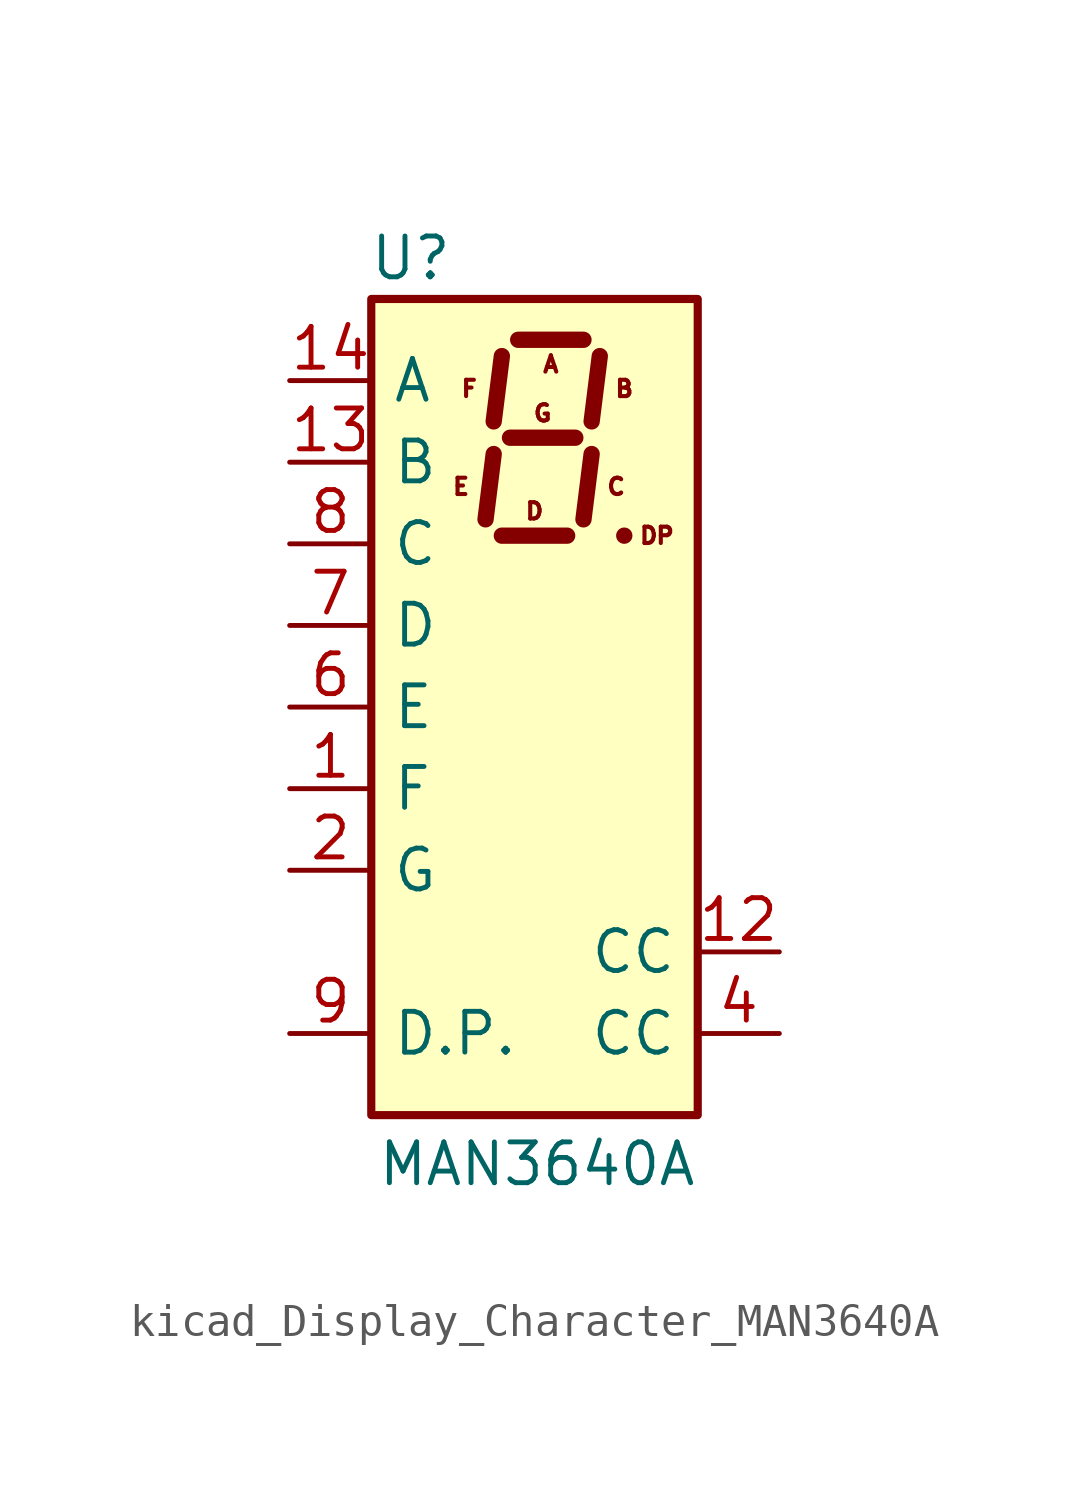
<source format=kicad_sym>
(kicad_symbol_lib
  (version 20220914)
  (generator kicad_symbol_editor)
  (symbol "kicad_Display_Character_MAN3640A"
    (pin_names
      (offset 0.635))
    (property "Reference" "U"
      (at -2.54 13.97 0)
      (effects (font (size 1.27 1.27)) (justify right)))
    (property "Value" "MAN3640A"
      (at 5.08 -14.224 0)
      (effects (font (size 1.27 1.27)) (justify right)))
    (symbol "kicad_Display_Character_MAN3640A_0_0"
      (text "A" (at 0.508 10.668 0) (effects (font (size 0.508 0.508))))
      (text "B" (at 2.794 9.906 0) (effects (font (size 0.508 0.508))))
      (text "C" (at 2.54 6.858 0) (effects (font (size 0.508 0.508))))
      (text "D" (at 0 6.096 0) (effects (font (size 0.508 0.508))))
      (text "DP" (at 3.81 5.334 0) (effects (font (size 0.508 0.508))))
      (text "E" (at -2.286 6.858 0) (effects (font (size 0.508 0.508))))
      (text "F" (at -2.032 9.906 0) (effects (font (size 0.508 0.508))))
      (text "G" (at 0.254 9.144 0) (effects (font (size 0.508 0.508)))))
    (symbol "kicad_Display_Character_MAN3640A_0_1"
      (rectangle (start -5.08 12.7) (end 5.08 -12.7) (stroke (width 0.254) (type default)) (fill (type background)))
      (polyline (pts (xy -1.27 7.874) (xy -1.524 5.842)) (stroke (width 0.508) (type default)) (fill (type none)))
      (polyline (pts (xy -1.016 5.334) (xy 1.016 5.334)) (stroke (width 0.508) (type default)) (fill (type none)))
      (polyline (pts (xy -1.016 10.922) (xy -1.27 8.89)) (stroke (width 0.508) (type default)) (fill (type none)))
      (polyline (pts (xy -0.762 8.382) (xy 1.27 8.382)) (stroke (width 0.508) (type default)) (fill (type none)))
      (polyline (pts (xy -0.508 11.43) (xy 1.524 11.43)) (stroke (width 0.508) (type default)) (fill (type none)))
      (polyline (pts (xy 1.778 7.874) (xy 1.524 5.842)) (stroke (width 0.508) (type default)) (fill (type none)))
      (polyline (pts (xy 2.032 10.922) (xy 1.778 8.89)) (stroke (width 0.508) (type default)) (fill (type none)))
      (polyline (pts (xy 2.794 5.334) (xy 2.794 5.334)) (stroke (width 0.508) (type default)) (fill (type none))))
    (symbol "kicad_Display_Character_MAN3640A_1_1"
      (pin input line (at -7.62 -2.54 0) (length 2.54) (name "F" (effects (font (size 1.27 1.27)))) (number "1" (effects (font (size 1.27 1.27)))))
      (pin no_connect line (at 5.08 -2.54 180) (length 2.54) hide (name "NC" (effects (font (size 1.27 1.27)))) (number "10" (effects (font (size 1.27 1.27)))))
      (pin no_connect line (at 5.08 -5.08 180) (length 2.54) hide (name "NC" (effects (font (size 1.27 1.27)))) (number "11" (effects (font (size 1.27 1.27)))))
      (pin input line (at 7.62 -7.62 180) (length 2.54) (name "CC" (effects (font (size 1.27 1.27)))) (number "12" (effects (font (size 1.27 1.27)))))
      (pin input line (at -7.62 7.62 0) (length 2.54) (name "B" (effects (font (size 1.27 1.27)))) (number "13" (effects (font (size 1.27 1.27)))))
      (pin input line (at -7.62 10.16 0) (length 2.54) (name "A" (effects (font (size 1.27 1.27)))) (number "14" (effects (font (size 1.27 1.27)))))
      (pin input line (at -7.62 -5.08 0) (length 2.54) (name "G" (effects (font (size 1.27 1.27)))) (number "2" (effects (font (size 1.27 1.27)))))
      (pin no_connect line (at 5.08 2.54 180) (length 2.54) hide (name "NC" (effects (font (size 1.27 1.27)))) (number "3" (effects (font (size 1.27 1.27)))))
      (pin input line (at 7.62 -10.16 180) (length 2.54) (name "CC" (effects (font (size 1.27 1.27)))) (number "4" (effects (font (size 1.27 1.27)))))
      (pin no_connect line (at 5.08 0 180) (length 2.54) hide (name "NC" (effects (font (size 1.27 1.27)))) (number "5" (effects (font (size 1.27 1.27)))))
      (pin input line (at -7.62 0 0) (length 2.54) (name "E" (effects (font (size 1.27 1.27)))) (number "6" (effects (font (size 1.27 1.27)))))
      (pin input line (at -7.62 2.54 0) (length 2.54) (name "D" (effects (font (size 1.27 1.27)))) (number "7" (effects (font (size 1.27 1.27)))))
      (pin input line (at -7.62 5.08 0) (length 2.54) (name "C" (effects (font (size 1.27 1.27)))) (number "8" (effects (font (size 1.27 1.27)))))
      (pin input line (at -7.62 -10.16 0) (length 2.54) (name "D.P." (effects (font (size 1.27 1.27)))) (number "9" (effects (font (size 1.27 1.27))))))))
</source>
